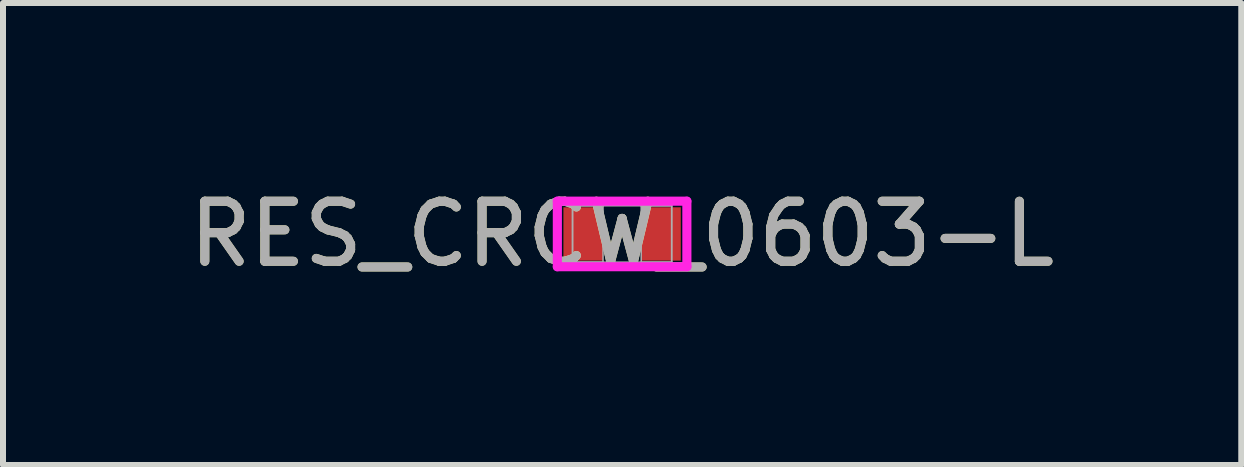
<source format=kicad_pcb>
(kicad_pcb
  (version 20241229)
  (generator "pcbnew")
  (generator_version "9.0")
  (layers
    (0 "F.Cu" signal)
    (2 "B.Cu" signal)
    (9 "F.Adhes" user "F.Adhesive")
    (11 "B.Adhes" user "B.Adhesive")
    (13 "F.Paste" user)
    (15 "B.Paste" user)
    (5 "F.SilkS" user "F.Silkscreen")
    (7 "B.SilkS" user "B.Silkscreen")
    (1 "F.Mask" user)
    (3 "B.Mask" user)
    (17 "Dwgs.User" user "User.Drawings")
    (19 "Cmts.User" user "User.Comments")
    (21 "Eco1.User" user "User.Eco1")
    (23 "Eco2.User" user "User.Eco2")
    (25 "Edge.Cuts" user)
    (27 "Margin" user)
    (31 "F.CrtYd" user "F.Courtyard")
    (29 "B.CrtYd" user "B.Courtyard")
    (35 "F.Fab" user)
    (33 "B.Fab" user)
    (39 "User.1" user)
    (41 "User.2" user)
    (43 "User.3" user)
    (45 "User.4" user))
  (footprint "RES_CRCW_0603-L"
    (layer "F.Cu")
    (at 7.315 0.848)
    (property "Reference" "RES_CRCW_0603-L" (at 0 0 0) (unlocked yes) (layer "F.SilkS") (effects (font (size 1 1) (thickness 0.15))))
    (attr smd)
    (fp_line (start -1.079 -0.546) (end 1.079 -0.546) (stroke (width 0.152) (type solid)) (layer "F.CrtYd"))
    (fp_line (start -1.079 0.546) (end -1.079 -0.546) (stroke (width 0.152) (type solid)) (layer "F.CrtYd"))
    (fp_line (start 1.079 -0.546) (end 1.079 0.546) (stroke (width 0.152) (type solid)) (layer "F.CrtYd"))
    (fp_line (start 1.079 0.546) (end -1.079 0.546) (stroke (width 0.152) (type solid)) (layer "F.CrtYd"))
    (fp_line (start -0.826 -0.47) (end -0.826 0.47) (stroke (width 0.025) (type solid)) (layer "F.Fab"))
    (fp_line (start -0.826 -0.47) (end -0.826 0.47) (stroke (width 0.025) (type solid)) (layer "F.Fab"))
    (fp_line (start -0.826 0.47) (end -0.318 0.47) (stroke (width 0.025) (type solid)) (layer "F.Fab"))
    (fp_line (start -0.826 0.47) (end 0.826 0.47) (stroke (width 0.025) (type solid)) (layer "F.Fab"))
    (fp_line (start -0.318 -0.47) (end -0.826 -0.47) (stroke (width 0.025) (type solid)) (layer "F.Fab"))
    (fp_line (start -0.318 0.47) (end -0.318 -0.47) (stroke (width 0.025) (type solid)) (layer "F.Fab"))
    (fp_line (start 0.318 -0.47) (end 0.318 0.47) (stroke (width 0.025) (type solid)) (layer "F.Fab"))
    (fp_line (start 0.318 0.47) (end 0.826 0.47) (stroke (width 0.025) (type solid)) (layer "F.Fab"))
    (fp_line (start 0.826 -0.47) (end -0.826 -0.47) (stroke (width 0.025) (type solid)) (layer "F.Fab"))
    (fp_line (start 0.826 -0.47) (end 0.318 -0.47) (stroke (width 0.025) (type solid)) (layer "F.Fab"))
    (fp_line (start 0.826 0.47) (end 0.826 -0.47) (stroke (width 0.025) (type solid)) (layer "F.Fab"))
    (fp_line (start 0.826 0.47) (end 0.826 -0.47) (stroke (width 0.025) (type solid)) (layer "F.Fab"))
    (fp_text user "${REFERENCE}" (at 0 0 0) (unlocked yes) (layer "F.Fab") (effects (font (size 1 1) (thickness 0.15))))
    (pad "1" smd rect (at -0.648 0) (size 0.66 0.889) (layers "F.Cu" "F.Mask" "F.Paste"))
    (pad "2" smd rect (at 0.648 0) (size 0.66 0.889) (layers "F.Cu" "F.Mask" "F.Paste"))
    (zone (net_name "") (layer "F.Cu") (hatch full 0.508) (connect_pads) (min_thickness 0.254) (filled_areas_thickness no) (keepout (tracks not_allowed) (vias not_allowed) (pads allowed) (copperpour not_allowed) (footprints allowed)) (placement (enabled no)) (fill) (polygon (pts (xy 7.049 0.429) (xy 7.582 0.429) (xy 7.582 1.267) (xy 7.049 1.267)))))
  (gr_rect
    (start -3 -3)
    (end 17.631 4.697)
    (stroke (width 0.1) (type default))
    (fill no)
    (layer "Edge.Cuts")))
</source>
